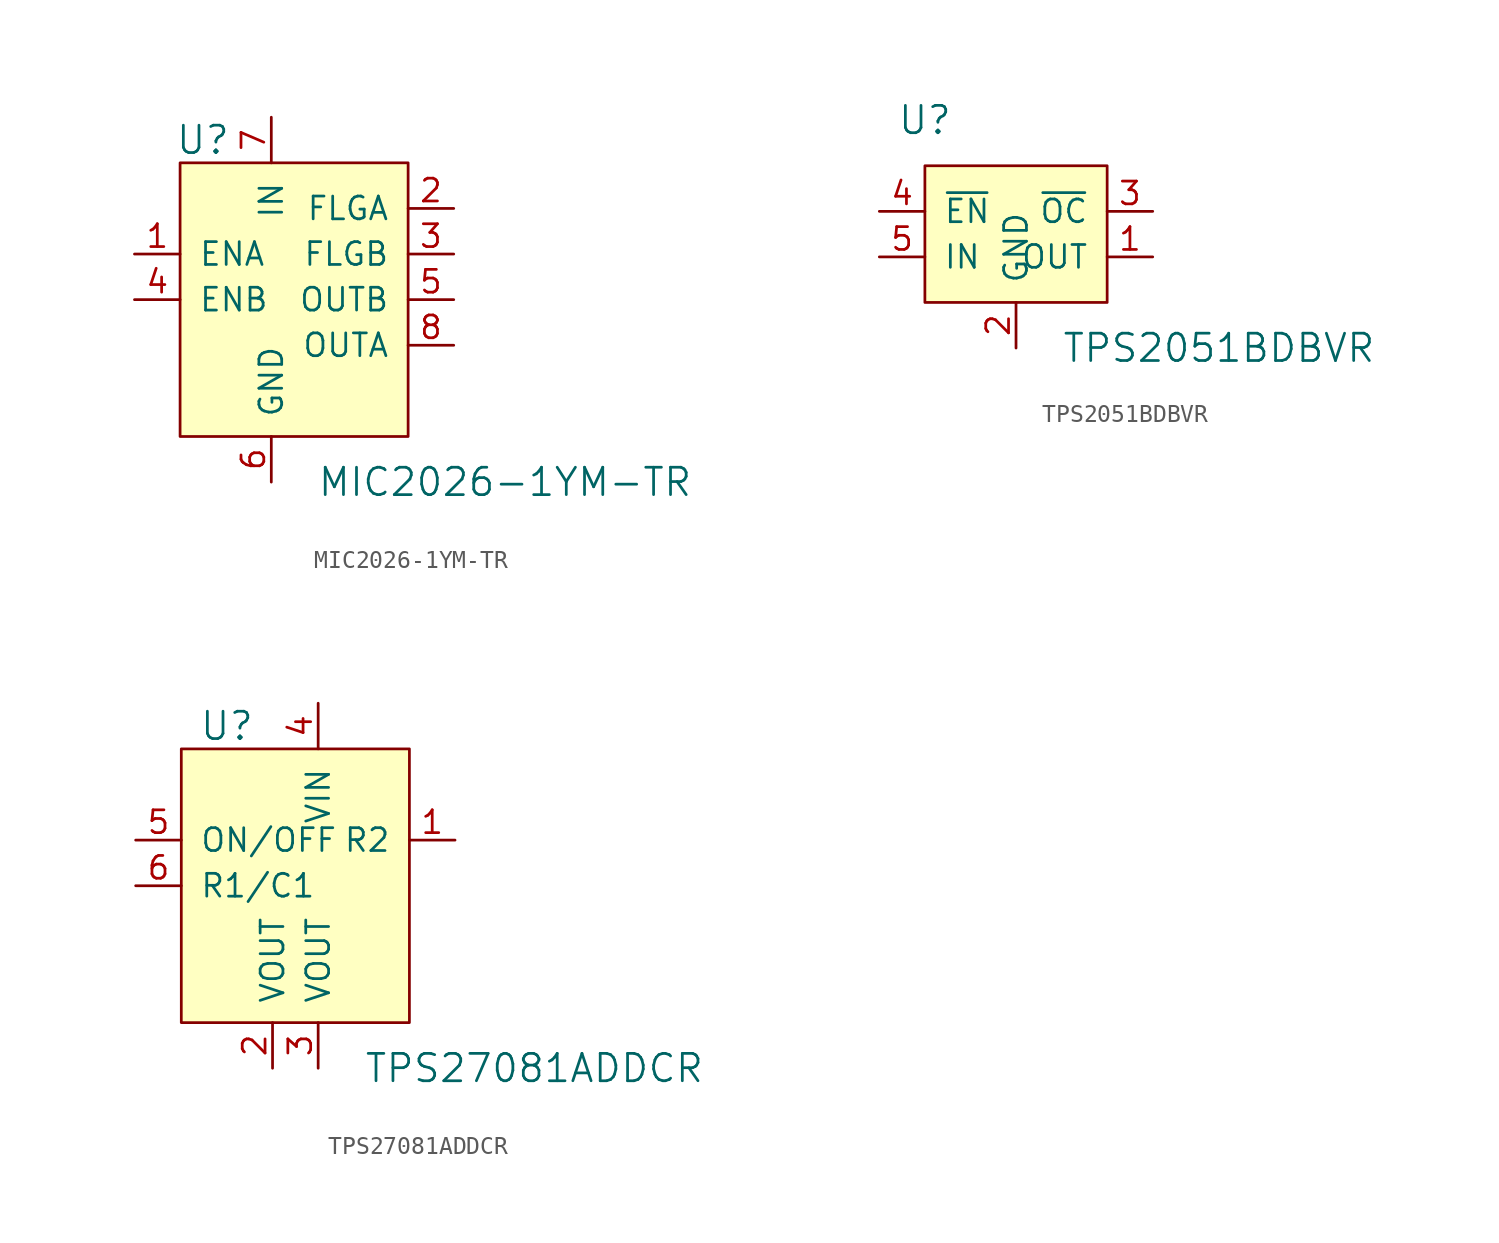
<source format=kicad_sym>
(kicad_symbol_lib
  (version 20220914)
  (generator kicad_symbol_editor)
  (symbol "MIC2026-1YM-TR"
    (pin_names
      (offset 1.016))
    (property "Reference" "U"
      (at -6.35 1.27 0)
      (effects (font (size 1.524 1.524))))
    (property "Value" "MIC2026-1YM-TR"
      (at 0 -17.78 0)
      (effects (font (size 1.524 1.524)) (justify left)))
    (symbol "MIC2026-1YM-TR_0_1"
      (rectangle (start -7.62 0) (end 5.08 -15.24) (stroke (width 0) (type solid)) (fill (type background))))
    (symbol "MIC2026-1YM-TR_1_1"
      (pin input line (at -10.16 -5.08 0) (length 2.54) (name "ENA" (effects (font (size 1.27 1.27)))) (number "1" (effects (font (size 1.27 1.27)))))
      (pin output line (at 7.62 -2.54 180) (length 2.54) (name "FLGA" (effects (font (size 1.27 1.27)))) (number "2" (effects (font (size 1.27 1.27)))))
      (pin output line (at 7.62 -5.08 180) (length 2.54) (name "FLGB" (effects (font (size 1.27 1.27)))) (number "3" (effects (font (size 1.27 1.27)))))
      (pin input line (at -10.16 -7.62 0) (length 2.54) (name "ENB" (effects (font (size 1.27 1.27)))) (number "4" (effects (font (size 1.27 1.27)))))
      (pin output line (at 7.62 -7.62 180) (length 2.54) (name "OUTB" (effects (font (size 1.27 1.27)))) (number "5" (effects (font (size 1.27 1.27)))))
      (pin power_in line (at -2.54 -17.78 90) (length 2.54) (name "GND" (effects (font (size 1.27 1.27)))) (number "6" (effects (font (size 1.27 1.27)))))
      (pin power_in line (at -2.54 2.54 270) (length 2.54) (name "IN" (effects (font (size 1.27 1.27)))) (number "7" (effects (font (size 1.27 1.27)))))
      (pin output line (at 7.62 -10.16 180) (length 2.54) (name "OUTA" (effects (font (size 1.27 1.27)))) (number "8" (effects (font (size 1.27 1.27)))))))
  (symbol "TPS2051BDBVR"
    (pin_names
      (offset 1.016))
    (property "Reference" "U"
      (at -5.08 5.08 0)
      (effects (font (size 1.524 1.524))))
    (property "Value" "TPS2051BDBVR"
      (at 2.54 -7.62 0)
      (effects (font (size 1.524 1.524)) (justify left)))
    (symbol "TPS2051BDBVR_0_1"
      (rectangle (start -5.08 2.54) (end 5.08 -5.08) (stroke (width 0) (type solid)) (fill (type background))))
    (symbol "TPS2051BDBVR_1_1"
      (pin output line (at 7.62 -2.54 180) (length 2.54) (name "OUT" (effects (font (size 1.27 1.27)))) (number "1" (effects (font (size 1.27 1.27)))))
      (pin power_in line (at 0 -7.62 90) (length 2.54) (name "GND" (effects (font (size 1.27 1.27)))) (number "2" (effects (font (size 1.27 1.27)))))
      (pin output line (at 7.62 0 180) (length 2.54) (name "~{OC}" (effects (font (size 1.27 1.27)))) (number "3" (effects (font (size 1.27 1.27)))))
      (pin input line (at -7.62 0 0) (length 2.54) (name "~{EN}" (effects (font (size 1.27 1.27)))) (number "4" (effects (font (size 1.27 1.27)))))
      (pin input line (at -7.62 -2.54 0) (length 2.54) (name "IN" (effects (font (size 1.27 1.27)))) (number "5" (effects (font (size 1.27 1.27)))))))
  (symbol "TPS27081ADDCR"
    (pin_names
      (offset 1.016))
    (property "Reference" "U"
      (at -2.54 6.35 0)
      (effects (font (size 1.524 1.524))))
    (property "Value" "TPS27081ADDCR"
      (at 5.08 -12.7 0)
      (effects (font (size 1.524 1.524)) (justify left)))
    (symbol "TPS27081ADDCR_0_1"
      (rectangle (start -5.08 5.08) (end 7.62 -10.16) (stroke (width 0) (type solid)) (fill (type background))))
    (symbol "TPS27081ADDCR_1_1"
      (pin output line (at 10.16 0 180) (length 2.54) (name "R2" (effects (font (size 1.27 1.27)))) (number "1" (effects (font (size 1.27 1.27)))))
      (pin power_in line (at 0 -12.7 90) (length 2.54) (name "VOUT" (effects (font (size 1.27 1.27)))) (number "2" (effects (font (size 1.27 1.27)))))
      (pin power_in line (at 2.54 -12.7 90) (length 2.54) (name "VOUT" (effects (font (size 1.27 1.27)))) (number "3" (effects (font (size 1.27 1.27)))))
      (pin power_in line (at 2.54 7.62 270) (length 2.54) (name "VIN" (effects (font (size 1.27 1.27)))) (number "4" (effects (font (size 1.27 1.27)))))
      (pin input line (at -7.62 0 0) (length 2.54) (name "ON/OFF" (effects (font (size 1.27 1.27)))) (number "5" (effects (font (size 1.27 1.27)))))
      (pin input line (at -7.62 -2.54 0) (length 2.54) (name "R1/C1" (effects (font (size 1.27 1.27)))) (number "6" (effects (font (size 1.27 1.27))))))))
</source>
